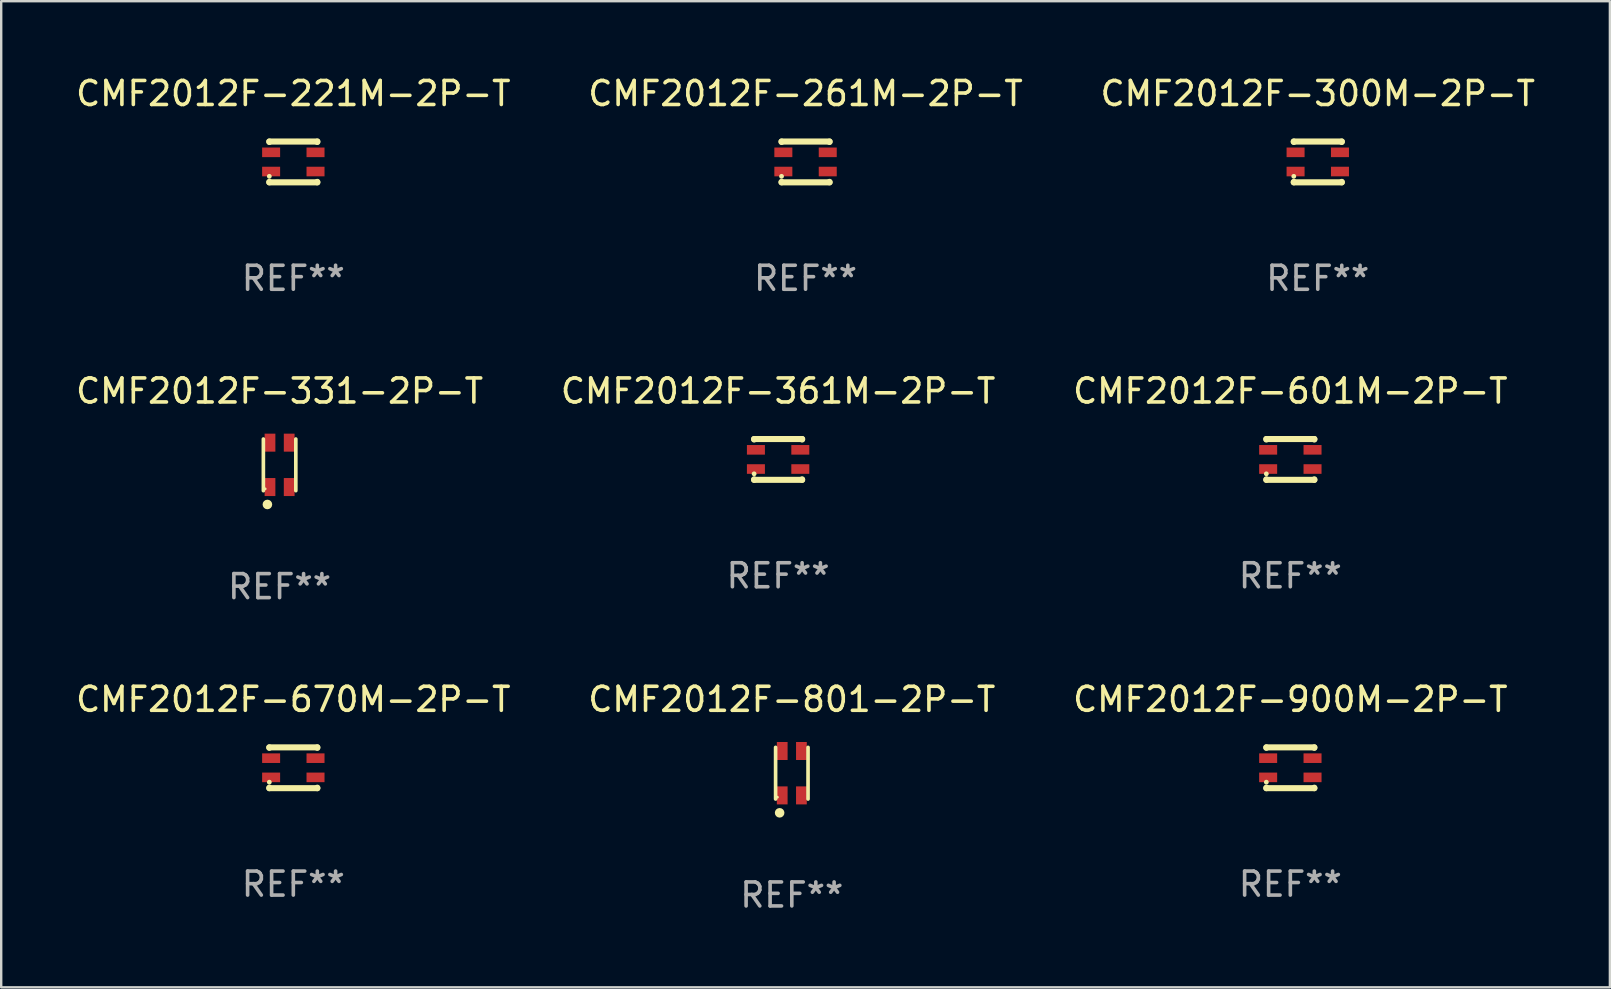
<source format=kicad_pcb>
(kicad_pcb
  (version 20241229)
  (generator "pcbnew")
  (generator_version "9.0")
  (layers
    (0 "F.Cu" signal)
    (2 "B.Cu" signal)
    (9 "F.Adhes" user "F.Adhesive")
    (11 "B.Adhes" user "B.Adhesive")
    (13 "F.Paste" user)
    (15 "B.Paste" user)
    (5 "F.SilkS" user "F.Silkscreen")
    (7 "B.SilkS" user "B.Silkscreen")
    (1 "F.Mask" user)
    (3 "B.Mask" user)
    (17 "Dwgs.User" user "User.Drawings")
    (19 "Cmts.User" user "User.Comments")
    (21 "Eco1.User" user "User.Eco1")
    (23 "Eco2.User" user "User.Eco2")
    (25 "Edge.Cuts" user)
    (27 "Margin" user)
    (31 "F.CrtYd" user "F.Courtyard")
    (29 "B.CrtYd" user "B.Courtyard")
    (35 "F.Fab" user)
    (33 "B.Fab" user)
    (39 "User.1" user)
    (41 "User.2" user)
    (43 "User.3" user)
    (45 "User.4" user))
  (footprint "CMF2012F-261M-2P-T"
    (layer "F.Cu")
    (at 30.518 3.698)
    (property "Reference" "CMF2012F-261M-2P-T" (at 0 -2.85 0) (layer "F.SilkS") (effects (font (size 1 1) (thickness 0.15))))
    (attr through_hole)
    (fp_line (start -1 -0.85) (end -1 -0.831) (stroke (width 0.254) (type solid)) (layer "F.SilkS"))
    (fp_line (start -1 -0.85) (end 1 -0.85) (stroke (width 0.254) (type solid)) (layer "F.SilkS"))
    (fp_line (start -1 0.831) (end -1 0.85) (stroke (width 0.254) (type solid)) (layer "F.SilkS"))
    (fp_line (start -1 0.85) (end 1 0.85) (stroke (width 0.254) (type solid)) (layer "F.SilkS"))
    (fp_line (start 1 -0.85) (end 1 -0.831) (stroke (width 0.254) (type solid)) (layer "F.SilkS"))
    (fp_line (start 1 0.831) (end 1 0.85) (stroke (width 0.254) (type solid)) (layer "F.SilkS"))
    (fp_circle (center -1 0.6) (end -0.95 0.6) (stroke (width 0.1) (type solid)) (fill no) (layer "F.SilkS"))
    (fp_text user "REF**" (at 0 4.85 0) (layer "F.Fab") (effects (font (size 1 1) (thickness 0.15))))
    (pad "1" smd rect (at -0.925 0.4) (size 0.75 0.4) (layers "F.Cu" "F.Mask" "F.Paste"))
    (pad "2" smd rect (at -0.925 -0.4) (size 0.75 0.4) (layers "F.Cu" "F.Mask" "F.Paste"))
    (pad "3" smd rect (at 0.925 -0.4) (size 0.75 0.4) (layers "F.Cu" "F.Mask" "F.Paste"))
    (pad "4" smd rect (at 0.925 0.4) (size 0.75 0.4) (layers "F.Cu" "F.Mask" "F.Paste")))
  (footprint "CMF2012F-670M-2P-T"
    (layer "F.Cu")
    (at 9.173 28.944)
    (property "Reference" "CMF2012F-670M-2P-T" (at 0 -2.85 0) (layer "F.SilkS") (effects (font (size 1 1) (thickness 0.15))))
    (attr through_hole)
    (fp_line (start -1 -0.85) (end -1 -0.831) (stroke (width 0.254) (type solid)) (layer "F.SilkS"))
    (fp_line (start -1 -0.85) (end 1 -0.85) (stroke (width 0.254) (type solid)) (layer "F.SilkS"))
    (fp_line (start -1 0.831) (end -1 0.85) (stroke (width 0.254) (type solid)) (layer "F.SilkS"))
    (fp_line (start -1 0.85) (end 1 0.85) (stroke (width 0.254) (type solid)) (layer "F.SilkS"))
    (fp_line (start 1 -0.85) (end 1 -0.831) (stroke (width 0.254) (type solid)) (layer "F.SilkS"))
    (fp_line (start 1 0.831) (end 1 0.85) (stroke (width 0.254) (type solid)) (layer "F.SilkS"))
    (fp_circle (center -1 0.6) (end -0.95 0.6) (stroke (width 0.1) (type solid)) (fill no) (layer "F.SilkS"))
    (fp_text user "REF**" (at 0 4.85 0) (layer "F.Fab") (effects (font (size 1 1) (thickness 0.15))))
    (pad "1" smd rect (at -0.925 0.4) (size 0.75 0.4) (layers "F.Cu" "F.Mask" "F.Paste"))
    (pad "2" smd rect (at -0.925 -0.4) (size 0.75 0.4) (layers "F.Cu" "F.Mask" "F.Paste"))
    (pad "3" smd rect (at 0.925 -0.4) (size 0.75 0.4) (layers "F.Cu" "F.Mask" "F.Paste"))
    (pad "4" smd rect (at 0.925 0.4) (size 0.75 0.4) (layers "F.Cu" "F.Mask" "F.Paste")))
  (footprint "CMF2012F-361M-2P-T"
    (layer "F.Cu")
    (at 29.375 16.095)
    (property "Reference" "CMF2012F-361M-2P-T" (at 0 -2.85 0) (layer "F.SilkS") (effects (font (size 1 1) (thickness 0.15))))
    (attr through_hole)
    (fp_line (start -1 -0.85) (end -1 -0.831) (stroke (width 0.254) (type solid)) (layer "F.SilkS"))
    (fp_line (start -1 -0.85) (end 1 -0.85) (stroke (width 0.254) (type solid)) (layer "F.SilkS"))
    (fp_line (start -1 0.831) (end -1 0.85) (stroke (width 0.254) (type solid)) (layer "F.SilkS"))
    (fp_line (start -1 0.85) (end 1 0.85) (stroke (width 0.254) (type solid)) (layer "F.SilkS"))
    (fp_line (start 1 -0.85) (end 1 -0.831) (stroke (width 0.254) (type solid)) (layer "F.SilkS"))
    (fp_line (start 1 0.831) (end 1 0.85) (stroke (width 0.254) (type solid)) (layer "F.SilkS"))
    (fp_circle (center -1 0.6) (end -0.95 0.6) (stroke (width 0.1) (type solid)) (fill no) (layer "F.SilkS"))
    (fp_text user "REF**" (at 0 4.85 0) (layer "F.Fab") (effects (font (size 1 1) (thickness 0.15))))
    (pad "1" smd rect (at -0.925 0.4) (size 0.75 0.4) (layers "F.Cu" "F.Mask" "F.Paste"))
    (pad "2" smd rect (at -0.925 -0.4) (size 0.75 0.4) (layers "F.Cu" "F.Mask" "F.Paste"))
    (pad "3" smd rect (at 0.925 -0.4) (size 0.75 0.4) (layers "F.Cu" "F.Mask" "F.Paste"))
    (pad "4" smd rect (at 0.925 0.4) (size 0.75 0.4) (layers "F.Cu" "F.Mask" "F.Paste")))
  (footprint "CMF2012F-300M-2P-T"
    (layer "F.Cu")
    (at 51.863 3.698)
    (property "Reference" "CMF2012F-300M-2P-T" (at 0 -2.85 0) (layer "F.SilkS") (effects (font (size 1 1) (thickness 0.15))))
    (attr through_hole)
    (fp_line (start -1 -0.85) (end -1 -0.831) (stroke (width 0.254) (type solid)) (layer "F.SilkS"))
    (fp_line (start -1 -0.85) (end 1 -0.85) (stroke (width 0.254) (type solid)) (layer "F.SilkS"))
    (fp_line (start -1 0.831) (end -1 0.85) (stroke (width 0.254) (type solid)) (layer "F.SilkS"))
    (fp_line (start -1 0.85) (end 1 0.85) (stroke (width 0.254) (type solid)) (layer "F.SilkS"))
    (fp_line (start 1 -0.85) (end 1 -0.831) (stroke (width 0.254) (type solid)) (layer "F.SilkS"))
    (fp_line (start 1 0.831) (end 1 0.85) (stroke (width 0.254) (type solid)) (layer "F.SilkS"))
    (fp_circle (center -1 0.6) (end -0.95 0.6) (stroke (width 0.1) (type solid)) (fill no) (layer "F.SilkS"))
    (fp_text user "REF**" (at 0 4.85 0) (layer "F.Fab") (effects (font (size 1 1) (thickness 0.15))))
    (pad "1" smd rect (at -0.925 0.4) (size 0.75 0.4) (layers "F.Cu" "F.Mask" "F.Paste"))
    (pad "2" smd rect (at -0.925 -0.4) (size 0.75 0.4) (layers "F.Cu" "F.Mask" "F.Paste"))
    (pad "3" smd rect (at 0.925 -0.4) (size 0.75 0.4) (layers "F.Cu" "F.Mask" "F.Paste"))
    (pad "4" smd rect (at 0.925 0.4) (size 0.75 0.4) (layers "F.Cu" "F.Mask" "F.Paste")))
  (footprint "CMF2012F-221M-2P-T"
    (layer "F.Cu")
    (at 9.173 3.698)
    (property "Reference" "CMF2012F-221M-2P-T" (at 0 -2.85 0) (layer "F.SilkS") (effects (font (size 1 1) (thickness 0.15))))
    (attr through_hole)
    (fp_line (start -1 -0.85) (end -1 -0.831) (stroke (width 0.254) (type solid)) (layer "F.SilkS"))
    (fp_line (start -1 -0.85) (end 1 -0.85) (stroke (width 0.254) (type solid)) (layer "F.SilkS"))
    (fp_line (start -1 0.831) (end -1 0.85) (stroke (width 0.254) (type solid)) (layer "F.SilkS"))
    (fp_line (start -1 0.85) (end 1 0.85) (stroke (width 0.254) (type solid)) (layer "F.SilkS"))
    (fp_line (start 1 -0.85) (end 1 -0.831) (stroke (width 0.254) (type solid)) (layer "F.SilkS"))
    (fp_line (start 1 0.831) (end 1 0.85) (stroke (width 0.254) (type solid)) (layer "F.SilkS"))
    (fp_circle (center -1 0.6) (end -0.95 0.6) (stroke (width 0.1) (type solid)) (fill no) (layer "F.SilkS"))
    (fp_text user "REF**" (at 0 4.85 0) (layer "F.Fab") (effects (font (size 1 1) (thickness 0.15))))
    (pad "1" smd rect (at -0.925 0.4) (size 0.75 0.4) (layers "F.Cu" "F.Mask" "F.Paste"))
    (pad "2" smd rect (at -0.925 -0.4) (size 0.75 0.4) (layers "F.Cu" "F.Mask" "F.Paste"))
    (pad "3" smd rect (at 0.925 -0.4) (size 0.75 0.4) (layers "F.Cu" "F.Mask" "F.Paste"))
    (pad "4" smd rect (at 0.925 0.4) (size 0.75 0.4) (layers "F.Cu" "F.Mask" "F.Paste")))
  (footprint "CMF2012F-331-2P-T"
    (layer "F.Cu")
    (at 8.601 16.321)
    (property "Reference" "CMF2012F-331-2P-T" (at 0 -3.076 0) (layer "F.SilkS") (effects (font (size 1 1) (thickness 0.15))))
    (attr through_hole)
    (fp_line (start -0.676 1.076) (end -0.676 -1.076) (stroke (width 0.152) (type solid)) (layer "F.SilkS"))
    (fp_line (start 0.676 1.076) (end 0.676 -1.076) (stroke (width 0.152) (type solid)) (layer "F.SilkS"))
    (fp_circle (center -0.6 1) (end -0.57 1) (stroke (width 0.06) (type solid)) (fill no) (layer "F.SilkS"))
    (fp_circle (center -0.508 1.651) (end -0.408 1.651) (stroke (width 0.2) (type solid)) (fill no) (layer "F.SilkS"))
    (fp_text user "REF**" (at 0 5.076 0) (layer "F.Fab") (effects (font (size 1 1) (thickness 0.15))))
    (pad "1" smd rect (at -0.4 0.925) (size 0.448 0.75) (layers "F.Cu" "F.Mask" "F.Paste"))
    (pad "2" smd rect (at 0.4 0.925) (size 0.448 0.75) (layers "F.Cu" "F.Mask" "F.Paste"))
    (pad "3" smd rect (at 0.4 -0.925) (size 0.448 0.75) (layers "F.Cu" "F.Mask" "F.Paste"))
    (pad "4" smd rect (at -0.4 -0.925) (size 0.448 0.75) (layers "F.Cu" "F.Mask" "F.Paste")))
  (footprint "CMF2012F-900M-2P-T"
    (layer "F.Cu")
    (at 50.72 28.944)
    (property "Reference" "CMF2012F-900M-2P-T" (at 0 -2.85 0) (layer "F.SilkS") (effects (font (size 1 1) (thickness 0.15))))
    (attr through_hole)
    (fp_line (start -1 -0.85) (end -1 -0.831) (stroke (width 0.254) (type solid)) (layer "F.SilkS"))
    (fp_line (start -1 -0.85) (end 1 -0.85) (stroke (width 0.254) (type solid)) (layer "F.SilkS"))
    (fp_line (start -1 0.831) (end -1 0.85) (stroke (width 0.254) (type solid)) (layer "F.SilkS"))
    (fp_line (start -1 0.85) (end 1 0.85) (stroke (width 0.254) (type solid)) (layer "F.SilkS"))
    (fp_line (start 1 -0.85) (end 1 -0.831) (stroke (width 0.254) (type solid)) (layer "F.SilkS"))
    (fp_line (start 1 0.831) (end 1 0.85) (stroke (width 0.254) (type solid)) (layer "F.SilkS"))
    (fp_circle (center -1 0.6) (end -0.95 0.6) (stroke (width 0.1) (type solid)) (fill no) (layer "F.SilkS"))
    (fp_text user "REF**" (at 0 4.85 0) (layer "F.Fab") (effects (font (size 1 1) (thickness 0.15))))
    (pad "1" smd rect (at -0.925 0.4) (size 0.75 0.4) (layers "F.Cu" "F.Mask" "F.Paste"))
    (pad "2" smd rect (at -0.925 -0.4) (size 0.75 0.4) (layers "F.Cu" "F.Mask" "F.Paste"))
    (pad "3" smd rect (at 0.925 -0.4) (size 0.75 0.4) (layers "F.Cu" "F.Mask" "F.Paste"))
    (pad "4" smd rect (at 0.925 0.4) (size 0.75 0.4) (layers "F.Cu" "F.Mask" "F.Paste")))
  (footprint "CMF2012F-601M-2P-T"
    (layer "F.Cu")
    (at 50.72 16.095)
    (property "Reference" "CMF2012F-601M-2P-T" (at 0 -2.85 0) (layer "F.SilkS") (effects (font (size 1 1) (thickness 0.15))))
    (attr through_hole)
    (fp_line (start -1 -0.85) (end -1 -0.831) (stroke (width 0.254) (type solid)) (layer "F.SilkS"))
    (fp_line (start -1 -0.85) (end 1 -0.85) (stroke (width 0.254) (type solid)) (layer "F.SilkS"))
    (fp_line (start -1 0.831) (end -1 0.85) (stroke (width 0.254) (type solid)) (layer "F.SilkS"))
    (fp_line (start -1 0.85) (end 1 0.85) (stroke (width 0.254) (type solid)) (layer "F.SilkS"))
    (fp_line (start 1 -0.85) (end 1 -0.831) (stroke (width 0.254) (type solid)) (layer "F.SilkS"))
    (fp_line (start 1 0.831) (end 1 0.85) (stroke (width 0.254) (type solid)) (layer "F.SilkS"))
    (fp_circle (center -1 0.6) (end -0.95 0.6) (stroke (width 0.1) (type solid)) (fill no) (layer "F.SilkS"))
    (fp_text user "REF**" (at 0 4.85 0) (layer "F.Fab") (effects (font (size 1 1) (thickness 0.15))))
    (pad "1" smd rect (at -0.925 0.4) (size 0.75 0.4) (layers "F.Cu" "F.Mask" "F.Paste"))
    (pad "2" smd rect (at -0.925 -0.4) (size 0.75 0.4) (layers "F.Cu" "F.Mask" "F.Paste"))
    (pad "3" smd rect (at 0.925 -0.4) (size 0.75 0.4) (layers "F.Cu" "F.Mask" "F.Paste"))
    (pad "4" smd rect (at 0.925 0.4) (size 0.75 0.4) (layers "F.Cu" "F.Mask" "F.Paste")))
  (footprint "CMF2012F-801-2P-T"
    (layer "F.Cu")
    (at 29.946 29.17)
    (property "Reference" "CMF2012F-801-2P-T" (at 0 -3.076 0) (layer "F.SilkS") (effects (font (size 1 1) (thickness 0.15))))
    (attr through_hole)
    (fp_line (start -0.676 1.076) (end -0.676 -1.076) (stroke (width 0.152) (type solid)) (layer "F.SilkS"))
    (fp_line (start 0.676 1.076) (end 0.676 -1.076) (stroke (width 0.152) (type solid)) (layer "F.SilkS"))
    (fp_circle (center -0.6 1) (end -0.57 1) (stroke (width 0.06) (type solid)) (fill no) (layer "F.SilkS"))
    (fp_circle (center -0.508 1.651) (end -0.408 1.651) (stroke (width 0.2) (type solid)) (fill no) (layer "F.SilkS"))
    (fp_text user "REF**" (at 0 5.076 0) (layer "F.Fab") (effects (font (size 1 1) (thickness 0.15))))
    (pad "1" smd rect (at -0.4 0.925) (size 0.448 0.75) (layers "F.Cu" "F.Mask" "F.Paste"))
    (pad "2" smd rect (at 0.4 0.925) (size 0.448 0.75) (layers "F.Cu" "F.Mask" "F.Paste"))
    (pad "3" smd rect (at 0.4 -0.925) (size 0.448 0.75) (layers "F.Cu" "F.Mask" "F.Paste"))
    (pad "4" smd rect (at -0.4 -0.925) (size 0.448 0.75) (layers "F.Cu" "F.Mask" "F.Paste")))
  (gr_rect
    (start -3 -3)
    (end 64.036 38.094)
    (stroke (width 0.1) (type default))
    (fill no)
    (layer "Edge.Cuts")))
</source>
